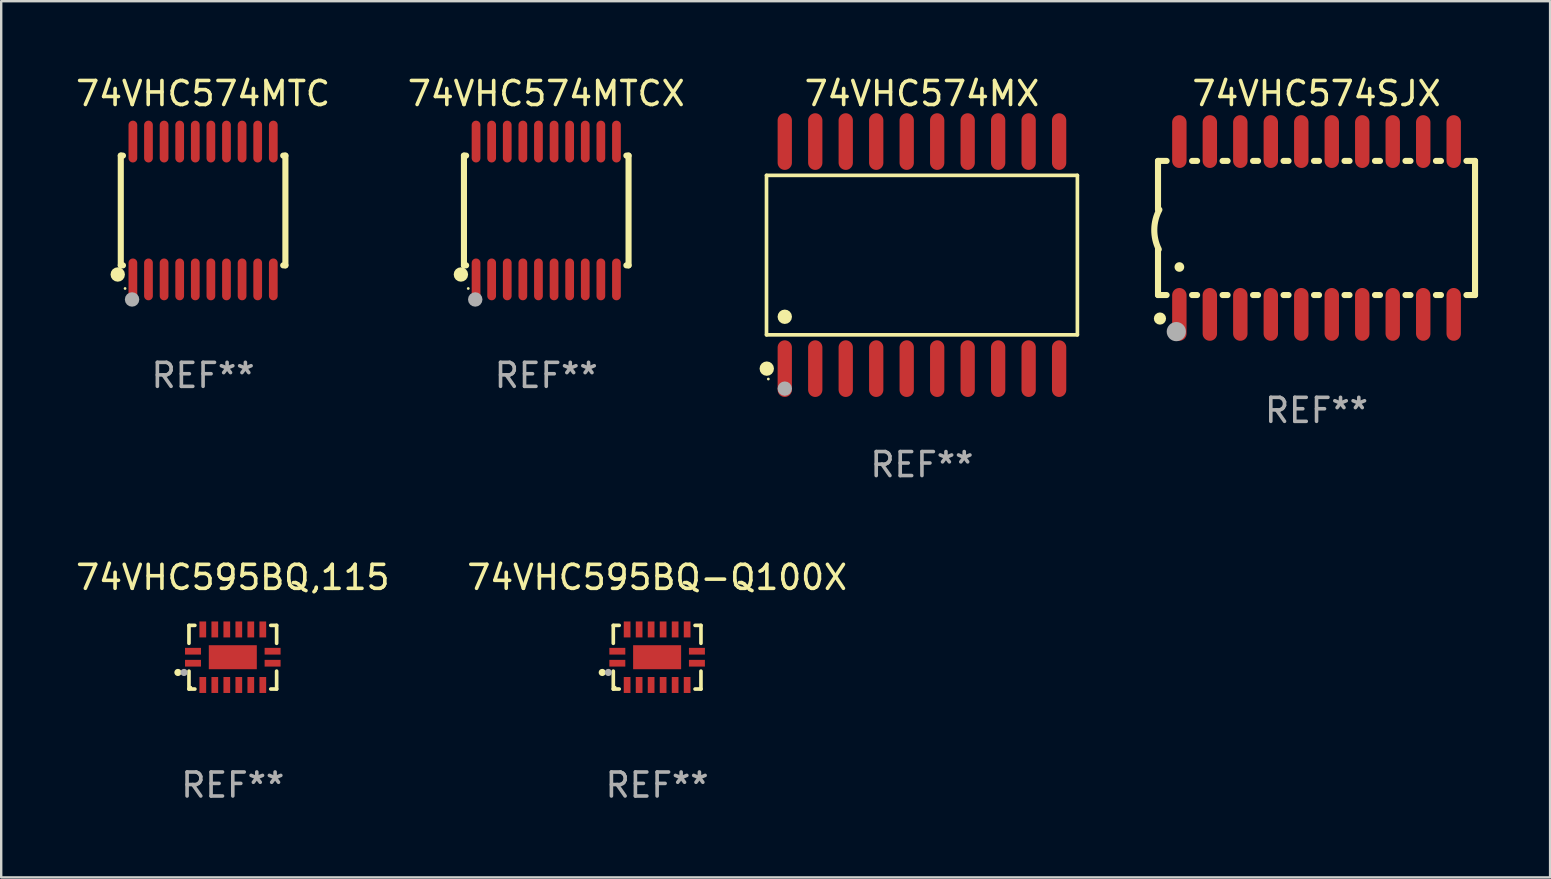
<source format=kicad_pcb>
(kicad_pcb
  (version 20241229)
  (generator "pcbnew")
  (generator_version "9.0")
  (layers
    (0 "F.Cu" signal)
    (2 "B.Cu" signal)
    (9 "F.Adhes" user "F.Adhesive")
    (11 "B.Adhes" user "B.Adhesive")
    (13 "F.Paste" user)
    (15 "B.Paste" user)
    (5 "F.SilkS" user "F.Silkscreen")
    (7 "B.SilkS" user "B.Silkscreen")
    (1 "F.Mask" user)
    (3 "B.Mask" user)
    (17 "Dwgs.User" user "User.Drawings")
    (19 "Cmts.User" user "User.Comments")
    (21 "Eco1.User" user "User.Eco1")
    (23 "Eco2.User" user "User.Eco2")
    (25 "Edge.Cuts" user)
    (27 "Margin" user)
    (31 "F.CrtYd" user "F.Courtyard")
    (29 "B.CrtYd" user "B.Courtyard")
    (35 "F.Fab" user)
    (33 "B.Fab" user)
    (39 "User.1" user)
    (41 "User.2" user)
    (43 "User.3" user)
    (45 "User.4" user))
  (footprint "74VHC595BQ-Q100X"
    (layer "F.Cu")
    (at 24.327 24.331)
    (property "Reference" "74VHC595BQ-Q100X" (at 0 -3.326 0) (layer "F.SilkS") (effects (font (size 1 1) (thickness 0.15))))
    (attr through_hole)
    (fp_line (start -1.826 -1.326) (end -1.58 -1.326) (stroke (width 0.152) (type solid)) (layer "F.SilkS"))
    (fp_line (start -1.826 -0.58) (end -1.826 -1.326) (stroke (width 0.152) (type solid)) (layer "F.SilkS"))
    (fp_line (start -1.826 0.58) (end -1.826 1.326) (stroke (width 0.152) (type solid)) (layer "F.SilkS"))
    (fp_line (start -1.826 1.326) (end -1.58 1.326) (stroke (width 0.152) (type solid)) (layer "F.SilkS"))
    (fp_line (start 1.826 -1.326) (end 1.58 -1.326) (stroke (width 0.152) (type solid)) (layer "F.SilkS"))
    (fp_line (start 1.826 -0.58) (end 1.826 -1.326) (stroke (width 0.152) (type solid)) (layer "F.SilkS"))
    (fp_line (start 1.826 0.58) (end 1.826 1.326) (stroke (width 0.152) (type solid)) (layer "F.SilkS"))
    (fp_line (start 1.826 1.326) (end 1.58 1.326) (stroke (width 0.152) (type solid)) (layer "F.SilkS"))
    (fp_circle (center -2.286 0.635) (end -2.211 0.635) (stroke (width 0.15) (type solid)) (fill no) (layer "F.SilkS"))
    (fp_circle (center -1.75 1.25) (end -1.72 1.25) (stroke (width 0.06) (type solid)) (fill no) (layer "F.SilkS"))
    (fp_circle (center -2.032 0.635) (end -1.957 0.635) (stroke (width 0.15) (type solid)) (fill no) (layer "F.Fab"))
    (fp_text user "REF**" (at 0 5.326 0) (layer "F.Fab") (effects (font (size 1 1) (thickness 0.15))))
    (pad "1" smd rect (at -1.658 0.25) (size 0.665 0.28) (layers "F.Cu" "F.Mask" "F.Paste"))
    (pad "2" smd rect (at -1.25 1.157) (size 0.28 0.665) (layers "F.Cu" "F.Mask" "F.Paste"))
    (pad "3" smd rect (at -0.75 1.157) (size 0.28 0.665) (layers "F.Cu" "F.Mask" "F.Paste"))
    (pad "4" smd rect (at -0.25 1.157) (size 0.28 0.665) (layers "F.Cu" "F.Mask" "F.Paste"))
    (pad "5" smd rect (at 0.25 1.157) (size 0.28 0.665) (layers "F.Cu" "F.Mask" "F.Paste"))
    (pad "6" smd rect (at 0.75 1.157) (size 0.28 0.665) (layers "F.Cu" "F.Mask" "F.Paste"))
    (pad "7" smd rect (at 1.25 1.157) (size 0.28 0.665) (layers "F.Cu" "F.Mask" "F.Paste"))
    (pad "8" smd rect (at 1.658 0.25) (size 0.665 0.28) (layers "F.Cu" "F.Mask" "F.Paste"))
    (pad "9" smd rect (at 1.658 -0.25) (size 0.665 0.28) (layers "F.Cu" "F.Mask" "F.Paste"))
    (pad "10" smd rect (at 1.25 -1.157) (size 0.28 0.665) (layers "F.Cu" "F.Mask" "F.Paste"))
    (pad "11" smd rect (at 0.75 -1.157) (size 0.28 0.665) (layers "F.Cu" "F.Mask" "F.Paste"))
    (pad "12" smd rect (at 0.25 -1.157) (size 0.28 0.665) (layers "F.Cu" "F.Mask" "F.Paste"))
    (pad "13" smd rect (at -0.25 -1.157) (size 0.28 0.665) (layers "F.Cu" "F.Mask" "F.Paste"))
    (pad "14" smd rect (at -0.75 -1.157) (size 0.28 0.665) (layers "F.Cu" "F.Mask" "F.Paste"))
    (pad "15" smd rect (at -1.25 -1.157) (size 0.28 0.665) (layers "F.Cu" "F.Mask" "F.Paste"))
    (pad "16" smd rect (at -1.658 -0.25) (size 0.665 0.28) (layers "F.Cu" "F.Mask" "F.Paste"))
    (pad "17" smd rect (at 0 0) (size 2 1) (layers "F.Cu" "F.Mask" "F.Paste")))
  (footprint "74VHC574MTCX"
    (layer "F.Cu")
    (at 19.708 5.719)
    (property "Reference" "74VHC574MTCX" (at 0 -4.871 0) (layer "F.SilkS") (effects (font (size 1 1) (thickness 0.15))))
    (attr through_hole)
    (fp_line (start -3.429 -2.286) (end -3.429 2.286) (stroke (width 0.254) (type solid)) (layer "F.SilkS"))
    (fp_line (start -3.429 2.286) (end -3.338 2.286) (stroke (width 0.254) (type solid)) (layer "F.SilkS"))
    (fp_line (start -3.338 -2.286) (end -3.429 -2.286) (stroke (width 0.254) (type solid)) (layer "F.SilkS"))
    (fp_line (start 3.338 -2.286) (end 3.429 -2.286) (stroke (width 0.254) (type solid)) (layer "F.SilkS"))
    (fp_line (start 3.429 -2.286) (end 3.429 2.286) (stroke (width 0.254) (type solid)) (layer "F.SilkS"))
    (fp_line (start 3.429 2.286) (end 3.338 2.286) (stroke (width 0.254) (type solid)) (layer "F.SilkS"))
    (fp_circle (center -3.556 2.667) (end -3.406 2.667) (stroke (width 0.3) (type solid)) (fill no) (layer "F.SilkS"))
    (fp_circle (center -3.25 3.25) (end -3.22 3.25) (stroke (width 0.06) (type solid)) (fill no) (layer "F.SilkS"))
    (fp_circle (center -2.959 3.707) (end -2.808 3.707) (stroke (width 0.3) (type solid)) (fill no) (layer "F.Fab"))
    (fp_text user "REF**" (at 0 6.871 0) (layer "F.Fab") (effects (font (size 1 1) (thickness 0.15))))
    (pad "1" smd oval (at -2.925 2.871) (size 0.364 1.742) (layers "F.Cu" "F.Mask" "F.Paste"))
    (pad "2" smd oval (at -2.275 2.871) (size 0.364 1.742) (layers "F.Cu" "F.Mask" "F.Paste"))
    (pad "3" smd oval (at -1.625 2.871) (size 0.364 1.742) (layers "F.Cu" "F.Mask" "F.Paste"))
    (pad "4" smd oval (at -0.975 2.871) (size 0.364 1.742) (layers "F.Cu" "F.Mask" "F.Paste"))
    (pad "5" smd oval (at -0.325 2.871) (size 0.364 1.742) (layers "F.Cu" "F.Mask" "F.Paste"))
    (pad "6" smd oval (at 0.325 2.871) (size 0.364 1.742) (layers "F.Cu" "F.Mask" "F.Paste"))
    (pad "7" smd oval (at 0.975 2.871) (size 0.364 1.742) (layers "F.Cu" "F.Mask" "F.Paste"))
    (pad "8" smd oval (at 1.625 2.871) (size 0.364 1.742) (layers "F.Cu" "F.Mask" "F.Paste"))
    (pad "9" smd oval (at 2.275 2.871) (size 0.364 1.742) (layers "F.Cu" "F.Mask" "F.Paste"))
    (pad "10" smd oval (at 2.925 2.871) (size 0.364 1.742) (layers "F.Cu" "F.Mask" "F.Paste"))
    (pad "11" smd oval (at 2.925 -2.871) (size 0.364 1.742) (layers "F.Cu" "F.Mask" "F.Paste"))
    (pad "12" smd oval (at 2.275 -2.871) (size 0.364 1.742) (layers "F.Cu" "F.Mask" "F.Paste"))
    (pad "13" smd oval (at 1.625 -2.871) (size 0.364 1.742) (layers "F.Cu" "F.Mask" "F.Paste"))
    (pad "14" smd oval (at 0.975 -2.871) (size 0.364 1.742) (layers "F.Cu" "F.Mask" "F.Paste"))
    (pad "15" smd oval (at 0.325 -2.871) (size 0.364 1.742) (layers "F.Cu" "F.Mask" "F.Paste"))
    (pad "16" smd oval (at -0.325 -2.871) (size 0.364 1.742) (layers "F.Cu" "F.Mask" "F.Paste"))
    (pad "17" smd oval (at -0.975 -2.871) (size 0.364 1.742) (layers "F.Cu" "F.Mask" "F.Paste"))
    (pad "18" smd oval (at -1.625 -2.871) (size 0.364 1.742) (layers "F.Cu" "F.Mask" "F.Paste"))
    (pad "19" smd oval (at -2.275 -2.871) (size 0.364 1.742) (layers "F.Cu" "F.Mask" "F.Paste"))
    (pad "20" smd oval (at -2.925 -2.871) (size 0.364 1.742) (layers "F.Cu" "F.Mask" "F.Paste")))
  (footprint "74VHC574SJX"
    (layer "F.Cu")
    (at 51.799 6.448)
    (property "Reference" "74VHC574SJX" (at 0 -5.6 0) (layer "F.SilkS") (effects (font (size 1 1) (thickness 0.15))))
    (attr through_hole)
    (fp_line (start -6.604 -2.794) (end -6.246 -2.794) (stroke (width 0.254) (type solid)) (layer "F.SilkS"))
    (fp_line (start -6.604 -0.762) (end -6.604 -2.794) (stroke (width 0.254) (type solid)) (layer "F.SilkS"))
    (fp_line (start -6.604 2.794) (end -6.604 0.889) (stroke (width 0.254) (type solid)) (layer "F.SilkS"))
    (fp_line (start -6.246 2.794) (end -6.604 2.794) (stroke (width 0.254) (type solid)) (layer "F.SilkS"))
    (fp_line (start -5.184 -2.794) (end -4.976 -2.794) (stroke (width 0.254) (type solid)) (layer "F.SilkS"))
    (fp_line (start -4.976 2.794) (end -5.184 2.794) (stroke (width 0.254) (type solid)) (layer "F.SilkS"))
    (fp_line (start -3.914 -2.794) (end -3.706 -2.794) (stroke (width 0.254) (type solid)) (layer "F.SilkS"))
    (fp_line (start -3.706 2.794) (end -3.914 2.794) (stroke (width 0.254) (type solid)) (layer "F.SilkS"))
    (fp_line (start -2.644 -2.794) (end -2.436 -2.794) (stroke (width 0.254) (type solid)) (layer "F.SilkS"))
    (fp_line (start -2.436 2.794) (end -2.644 2.794) (stroke (width 0.254) (type solid)) (layer "F.SilkS"))
    (fp_line (start -1.374 -2.794) (end -1.166 -2.794) (stroke (width 0.254) (type solid)) (layer "F.SilkS"))
    (fp_line (start -1.166 2.794) (end -1.374 2.794) (stroke (width 0.254) (type solid)) (layer "F.SilkS"))
    (fp_line (start -0.104 -2.794) (end 0.104 -2.794) (stroke (width 0.254) (type solid)) (layer "F.SilkS"))
    (fp_line (start 0.104 2.794) (end -0.104 2.794) (stroke (width 0.254) (type solid)) (layer "F.SilkS"))
    (fp_line (start 1.166 -2.794) (end 1.374 -2.794) (stroke (width 0.254) (type solid)) (layer "F.SilkS"))
    (fp_line (start 1.374 2.794) (end 1.166 2.794) (stroke (width 0.254) (type solid)) (layer "F.SilkS"))
    (fp_line (start 2.436 -2.794) (end 2.644 -2.794) (stroke (width 0.254) (type solid)) (layer "F.SilkS"))
    (fp_line (start 2.644 2.794) (end 2.436 2.794) (stroke (width 0.254) (type solid)) (layer "F.SilkS"))
    (fp_line (start 3.706 -2.794) (end 3.914 -2.794) (stroke (width 0.254) (type solid)) (layer "F.SilkS"))
    (fp_line (start 3.914 2.794) (end 3.706 2.794) (stroke (width 0.254) (type solid)) (layer "F.SilkS"))
    (fp_line (start 4.976 -2.794) (end 5.184 -2.794) (stroke (width 0.254) (type solid)) (layer "F.SilkS"))
    (fp_line (start 5.184 2.794) (end 4.976 2.794) (stroke (width 0.254) (type solid)) (layer "F.SilkS"))
    (fp_line (start 6.246 -2.794) (end 6.604 -2.794) (stroke (width 0.254) (type solid)) (layer "F.SilkS"))
    (fp_line (start 6.604 -2.794) (end 6.604 2.794) (stroke (width 0.254) (type solid)) (layer "F.SilkS"))
    (fp_line (start 6.604 2.794) (end 6.246 2.794) (stroke (width 0.254) (type solid)) (layer "F.SilkS"))
    (fp_arc (start -6.572821 0.889028) (mid -6.759035 0.060466) (end -6.547422 -0.761976) (stroke (width 0.254001) (type solid)) (layer "F.SilkS"))
    (fp_arc (start -6.570993 3.749047) (mid -6.569723 3.749042) (end -6.568453 3.749047) (stroke (width 0.3) (type solid)) (layer "F.SilkS"))
    (fp_arc (start -5.715011 1.625603) (mid -5.713741 1.625599) (end -5.712471 1.625603) (stroke (width 0.4) (type solid)) (layer "F.SilkS"))
    (fp_circle (center -6.523 3.773) (end -6.396 3.773) (stroke (width 0.254) (type solid)) (fill no) (layer "F.SilkS"))
    (fp_circle (center -5.842 4.318) (end -5.642 4.318) (stroke (width 0.4) (type solid)) (fill no) (layer "F.Fab"))
    (fp_text user "REF**" (at 0 7.6 0) (layer "F.Fab") (effects (font (size 1 1) (thickness 0.15))))
    (pad "1" smd oval (at -5.715 3.6) (size 0.6 2.2) (layers "F.Cu" "F.Mask" "F.Paste"))
    (pad "2" smd oval (at -4.445 3.6) (size 0.6 2.2) (layers "F.Cu" "F.Mask" "F.Paste"))
    (pad "3" smd oval (at -3.175 3.6) (size 0.6 2.2) (layers "F.Cu" "F.Mask" "F.Paste"))
    (pad "4" smd oval (at -1.905 3.6) (size 0.6 2.2) (layers "F.Cu" "F.Mask" "F.Paste"))
    (pad "5" smd oval (at -0.635 3.6) (size 0.6 2.2) (layers "F.Cu" "F.Mask" "F.Paste"))
    (pad "6" smd oval (at 0.635 3.6) (size 0.6 2.2) (layers "F.Cu" "F.Mask" "F.Paste"))
    (pad "7" smd oval (at 1.905 3.6) (size 0.6 2.2) (layers "F.Cu" "F.Mask" "F.Paste"))
    (pad "8" smd oval (at 3.175 3.6) (size 0.6 2.2) (layers "F.Cu" "F.Mask" "F.Paste"))
    (pad "9" smd oval (at 4.445 3.6) (size 0.6 2.2) (layers "F.Cu" "F.Mask" "F.Paste"))
    (pad "10" smd oval (at 5.715 3.6) (size 0.6 2.2) (layers "F.Cu" "F.Mask" "F.Paste"))
    (pad "11" smd oval (at 5.715 -3.6 180) (size 0.6 2.2) (layers "F.Cu" "F.Mask" "F.Paste"))
    (pad "12" smd oval (at 4.445 -3.6 180) (size 0.6 2.2) (layers "F.Cu" "F.Mask" "F.Paste"))
    (pad "13" smd oval (at 3.175 -3.6 180) (size 0.6 2.2) (layers "F.Cu" "F.Mask" "F.Paste"))
    (pad "14" smd oval (at 1.905 -3.6 180) (size 0.6 2.2) (layers "F.Cu" "F.Mask" "F.Paste"))
    (pad "15" smd oval (at 0.635 -3.6 180) (size 0.6 2.2) (layers "F.Cu" "F.Mask" "F.Paste"))
    (pad "16" smd oval (at -0.635 -3.6 180) (size 0.6 2.2) (layers "F.Cu" "F.Mask" "F.Paste"))
    (pad "17" smd oval (at -1.905 -3.6 180) (size 0.6 2.2) (layers "F.Cu" "F.Mask" "F.Paste"))
    (pad "18" smd oval (at -3.175 -3.6 180) (size 0.6 2.2) (layers "F.Cu" "F.Mask" "F.Paste"))
    (pad "19" smd oval (at -4.445 -3.6 180) (size 0.6 2.2) (layers "F.Cu" "F.Mask" "F.Paste"))
    (pad "20" smd oval (at -5.715 -3.6 180) (size 0.6 2.2) (layers "F.Cu" "F.Mask" "F.Paste")))
  (footprint "74VHC574MX"
    (layer "F.Cu")
    (at 35.36 7.578)
    (property "Reference" "74VHC574MX" (at 0 -6.73 0) (layer "F.SilkS") (effects (font (size 1 1) (thickness 0.15))))
    (attr through_hole)
    (fp_line (start -6.476 -3.321) (end 6.476 -3.321) (stroke (width 0.152) (type solid)) (layer "F.SilkS"))
    (fp_line (start -6.476 3.321) (end -6.476 -3.321) (stroke (width 0.152) (type solid)) (layer "F.SilkS"))
    (fp_line (start 6.476 -3.321) (end 6.476 3.321) (stroke (width 0.152) (type solid)) (layer "F.SilkS"))
    (fp_line (start 6.476 3.321) (end -6.476 3.321) (stroke (width 0.152) (type solid)) (layer "F.SilkS"))
    (fp_circle (center -6.465 4.73) (end -6.315 4.73) (stroke (width 0.3) (type solid)) (fill no) (layer "F.SilkS"))
    (fp_circle (center -6.4 5.163) (end -6.37 5.163) (stroke (width 0.06) (type solid)) (fill no) (layer "F.SilkS"))
    (fp_circle (center -5.715 2.569) (end -5.565 2.569) (stroke (width 0.3) (type solid)) (fill no) (layer "F.SilkS"))
    (fp_circle (center -5.715 5.563) (end -5.565 5.563) (stroke (width 0.3) (type solid)) (fill no) (layer "F.Fab"))
    (fp_text user "REF**" (at 0 8.73 0) (layer "F.Fab") (effects (font (size 1 1) (thickness 0.15))))
    (pad "1" smd oval (at -5.715 4.73) (size 0.595 2.36) (layers "F.Cu" "F.Mask" "F.Paste"))
    (pad "2" smd oval (at -4.445 4.73) (size 0.595 2.36) (layers "F.Cu" "F.Mask" "F.Paste"))
    (pad "3" smd oval (at -3.175 4.73) (size 0.595 2.36) (layers "F.Cu" "F.Mask" "F.Paste"))
    (pad "4" smd oval (at -1.905 4.73) (size 0.595 2.36) (layers "F.Cu" "F.Mask" "F.Paste"))
    (pad "5" smd oval (at -0.635 4.73) (size 0.595 2.36) (layers "F.Cu" "F.Mask" "F.Paste"))
    (pad "6" smd oval (at 0.635 4.73) (size 0.595 2.36) (layers "F.Cu" "F.Mask" "F.Paste"))
    (pad "7" smd oval (at 1.905 4.73) (size 0.595 2.36) (layers "F.Cu" "F.Mask" "F.Paste"))
    (pad "8" smd oval (at 3.175 4.73) (size 0.595 2.36) (layers "F.Cu" "F.Mask" "F.Paste"))
    (pad "9" smd oval (at 4.445 4.73) (size 0.595 2.36) (layers "F.Cu" "F.Mask" "F.Paste"))
    (pad "10" smd oval (at 5.715 4.73) (size 0.595 2.36) (layers "F.Cu" "F.Mask" "F.Paste"))
    (pad "11" smd oval (at 5.715 -4.73) (size 0.595 2.36) (layers "F.Cu" "F.Mask" "F.Paste"))
    (pad "12" smd oval (at 4.445 -4.73) (size 0.595 2.36) (layers "F.Cu" "F.Mask" "F.Paste"))
    (pad "13" smd oval (at 3.175 -4.73) (size 0.595 2.36) (layers "F.Cu" "F.Mask" "F.Paste"))
    (pad "14" smd oval (at 1.905 -4.73) (size 0.595 2.36) (layers "F.Cu" "F.Mask" "F.Paste"))
    (pad "15" smd oval (at 0.635 -4.73) (size 0.595 2.36) (layers "F.Cu" "F.Mask" "F.Paste"))
    (pad "16" smd oval (at -0.635 -4.73) (size 0.595 2.36) (layers "F.Cu" "F.Mask" "F.Paste"))
    (pad "17" smd oval (at -1.905 -4.73) (size 0.595 2.36) (layers "F.Cu" "F.Mask" "F.Paste"))
    (pad "18" smd oval (at -3.175 -4.73) (size 0.595 2.36) (layers "F.Cu" "F.Mask" "F.Paste"))
    (pad "19" smd oval (at -4.445 -4.73) (size 0.595 2.36) (layers "F.Cu" "F.Mask" "F.Paste"))
    (pad "20" smd oval (at -5.715 -4.73) (size 0.595 2.36) (layers "F.Cu" "F.Mask" "F.Paste")))
  (footprint "74VHC595BQ,115"
    (layer "F.Cu")
    (at 6.649 24.331)
    (property "Reference" "74VHC595BQ,115" (at 0 -3.326 0) (layer "F.SilkS") (effects (font (size 1 1) (thickness 0.15))))
    (attr through_hole)
    (fp_line (start -1.826 -1.326) (end -1.58 -1.326) (stroke (width 0.152) (type solid)) (layer "F.SilkS"))
    (fp_line (start -1.826 -0.58) (end -1.826 -1.326) (stroke (width 0.152) (type solid)) (layer "F.SilkS"))
    (fp_line (start -1.826 0.58) (end -1.826 1.326) (stroke (width 0.152) (type solid)) (layer "F.SilkS"))
    (fp_line (start -1.826 1.326) (end -1.58 1.326) (stroke (width 0.152) (type solid)) (layer "F.SilkS"))
    (fp_line (start 1.826 -1.326) (end 1.58 -1.326) (stroke (width 0.152) (type solid)) (layer "F.SilkS"))
    (fp_line (start 1.826 -0.58) (end 1.826 -1.326) (stroke (width 0.152) (type solid)) (layer "F.SilkS"))
    (fp_line (start 1.826 0.58) (end 1.826 1.326) (stroke (width 0.152) (type solid)) (layer "F.SilkS"))
    (fp_line (start 1.826 1.326) (end 1.58 1.326) (stroke (width 0.152) (type solid)) (layer "F.SilkS"))
    (fp_circle (center -2.286 0.635) (end -2.211 0.635) (stroke (width 0.15) (type solid)) (fill no) (layer "F.SilkS"))
    (fp_circle (center -1.75 1.25) (end -1.72 1.25) (stroke (width 0.06) (type solid)) (fill no) (layer "F.SilkS"))
    (fp_circle (center -2.032 0.635) (end -1.957 0.635) (stroke (width 0.15) (type solid)) (fill no) (layer "F.Fab"))
    (fp_text user "REF**" (at 0 5.326 0) (layer "F.Fab") (effects (font (size 1 1) (thickness 0.15))))
    (pad "1" smd rect (at -1.658 0.25) (size 0.665 0.28) (layers "F.Cu" "F.Mask" "F.Paste"))
    (pad "2" smd rect (at -1.25 1.157) (size 0.28 0.665) (layers "F.Cu" "F.Mask" "F.Paste"))
    (pad "3" smd rect (at -0.75 1.157) (size 0.28 0.665) (layers "F.Cu" "F.Mask" "F.Paste"))
    (pad "4" smd rect (at -0.25 1.157) (size 0.28 0.665) (layers "F.Cu" "F.Mask" "F.Paste"))
    (pad "5" smd rect (at 0.25 1.157) (size 0.28 0.665) (layers "F.Cu" "F.Mask" "F.Paste"))
    (pad "6" smd rect (at 0.75 1.157) (size 0.28 0.665) (layers "F.Cu" "F.Mask" "F.Paste"))
    (pad "7" smd rect (at 1.25 1.157) (size 0.28 0.665) (layers "F.Cu" "F.Mask" "F.Paste"))
    (pad "8" smd rect (at 1.658 0.25) (size 0.665 0.28) (layers "F.Cu" "F.Mask" "F.Paste"))
    (pad "9" smd rect (at 1.658 -0.25) (size 0.665 0.28) (layers "F.Cu" "F.Mask" "F.Paste"))
    (pad "10" smd rect (at 1.25 -1.157) (size 0.28 0.665) (layers "F.Cu" "F.Mask" "F.Paste"))
    (pad "11" smd rect (at 0.75 -1.157) (size 0.28 0.665) (layers "F.Cu" "F.Mask" "F.Paste"))
    (pad "12" smd rect (at 0.25 -1.157) (size 0.28 0.665) (layers "F.Cu" "F.Mask" "F.Paste"))
    (pad "13" smd rect (at -0.25 -1.157) (size 0.28 0.665) (layers "F.Cu" "F.Mask" "F.Paste"))
    (pad "14" smd rect (at -0.75 -1.157) (size 0.28 0.665) (layers "F.Cu" "F.Mask" "F.Paste"))
    (pad "15" smd rect (at -1.25 -1.157) (size 0.28 0.665) (layers "F.Cu" "F.Mask" "F.Paste"))
    (pad "16" smd rect (at -1.658 -0.25) (size 0.665 0.28) (layers "F.Cu" "F.Mask" "F.Paste"))
    (pad "17" smd rect (at 0 0) (size 2 1) (layers "F.Cu" "F.Mask" "F.Paste")))
  (footprint "74VHC574MTC"
    (layer "F.Cu")
    (at 5.411 5.719)
    (property "Reference" "74VHC574MTC" (at 0 -4.871 0) (layer "F.SilkS") (effects (font (size 1 1) (thickness 0.15))))
    (attr through_hole)
    (fp_line (start -3.429 -2.286) (end -3.429 2.286) (stroke (width 0.254) (type solid)) (layer "F.SilkS"))
    (fp_line (start -3.429 2.286) (end -3.338 2.286) (stroke (width 0.254) (type solid)) (layer "F.SilkS"))
    (fp_line (start -3.338 -2.286) (end -3.429 -2.286) (stroke (width 0.254) (type solid)) (layer "F.SilkS"))
    (fp_line (start 3.338 -2.286) (end 3.429 -2.286) (stroke (width 0.254) (type solid)) (layer "F.SilkS"))
    (fp_line (start 3.429 -2.286) (end 3.429 2.286) (stroke (width 0.254) (type solid)) (layer "F.SilkS"))
    (fp_line (start 3.429 2.286) (end 3.338 2.286) (stroke (width 0.254) (type solid)) (layer "F.SilkS"))
    (fp_circle (center -3.556 2.667) (end -3.406 2.667) (stroke (width 0.3) (type solid)) (fill no) (layer "F.SilkS"))
    (fp_circle (center -3.25 3.25) (end -3.22 3.25) (stroke (width 0.06) (type solid)) (fill no) (layer "F.SilkS"))
    (fp_circle (center -2.959 3.707) (end -2.808 3.707) (stroke (width 0.3) (type solid)) (fill no) (layer "F.Fab"))
    (fp_text user "REF**" (at 0 6.871 0) (layer "F.Fab") (effects (font (size 1 1) (thickness 0.15))))
    (pad "1" smd oval (at -2.925 2.871) (size 0.364 1.742) (layers "F.Cu" "F.Mask" "F.Paste"))
    (pad "2" smd oval (at -2.275 2.871) (size 0.364 1.742) (layers "F.Cu" "F.Mask" "F.Paste"))
    (pad "3" smd oval (at -1.625 2.871) (size 0.364 1.742) (layers "F.Cu" "F.Mask" "F.Paste"))
    (pad "4" smd oval (at -0.975 2.871) (size 0.364 1.742) (layers "F.Cu" "F.Mask" "F.Paste"))
    (pad "5" smd oval (at -0.325 2.871) (size 0.364 1.742) (layers "F.Cu" "F.Mask" "F.Paste"))
    (pad "6" smd oval (at 0.325 2.871) (size 0.364 1.742) (layers "F.Cu" "F.Mask" "F.Paste"))
    (pad "7" smd oval (at 0.975 2.871) (size 0.364 1.742) (layers "F.Cu" "F.Mask" "F.Paste"))
    (pad "8" smd oval (at 1.625 2.871) (size 0.364 1.742) (layers "F.Cu" "F.Mask" "F.Paste"))
    (pad "9" smd oval (at 2.275 2.871) (size 0.364 1.742) (layers "F.Cu" "F.Mask" "F.Paste"))
    (pad "10" smd oval (at 2.925 2.871) (size 0.364 1.742) (layers "F.Cu" "F.Mask" "F.Paste"))
    (pad "11" smd oval (at 2.925 -2.871) (size 0.364 1.742) (layers "F.Cu" "F.Mask" "F.Paste"))
    (pad "12" smd oval (at 2.275 -2.871) (size 0.364 1.742) (layers "F.Cu" "F.Mask" "F.Paste"))
    (pad "13" smd oval (at 1.625 -2.871) (size 0.364 1.742) (layers "F.Cu" "F.Mask" "F.Paste"))
    (pad "14" smd oval (at 0.975 -2.871) (size 0.364 1.742) (layers "F.Cu" "F.Mask" "F.Paste"))
    (pad "15" smd oval (at 0.325 -2.871) (size 0.364 1.742) (layers "F.Cu" "F.Mask" "F.Paste"))
    (pad "16" smd oval (at -0.325 -2.871) (size 0.364 1.742) (layers "F.Cu" "F.Mask" "F.Paste"))
    (pad "17" smd oval (at -0.975 -2.871) (size 0.364 1.742) (layers "F.Cu" "F.Mask" "F.Paste"))
    (pad "18" smd oval (at -1.625 -2.871) (size 0.364 1.742) (layers "F.Cu" "F.Mask" "F.Paste"))
    (pad "19" smd oval (at -2.275 -2.871) (size 0.364 1.742) (layers "F.Cu" "F.Mask" "F.Paste"))
    (pad "20" smd oval (at -2.925 -2.871) (size 0.364 1.742) (layers "F.Cu" "F.Mask" "F.Paste")))
  (gr_rect
    (start -3 -3)
    (end 61.53 33.505)
    (stroke (width 0.1) (type default))
    (fill no)
    (layer "Edge.Cuts")))
</source>
